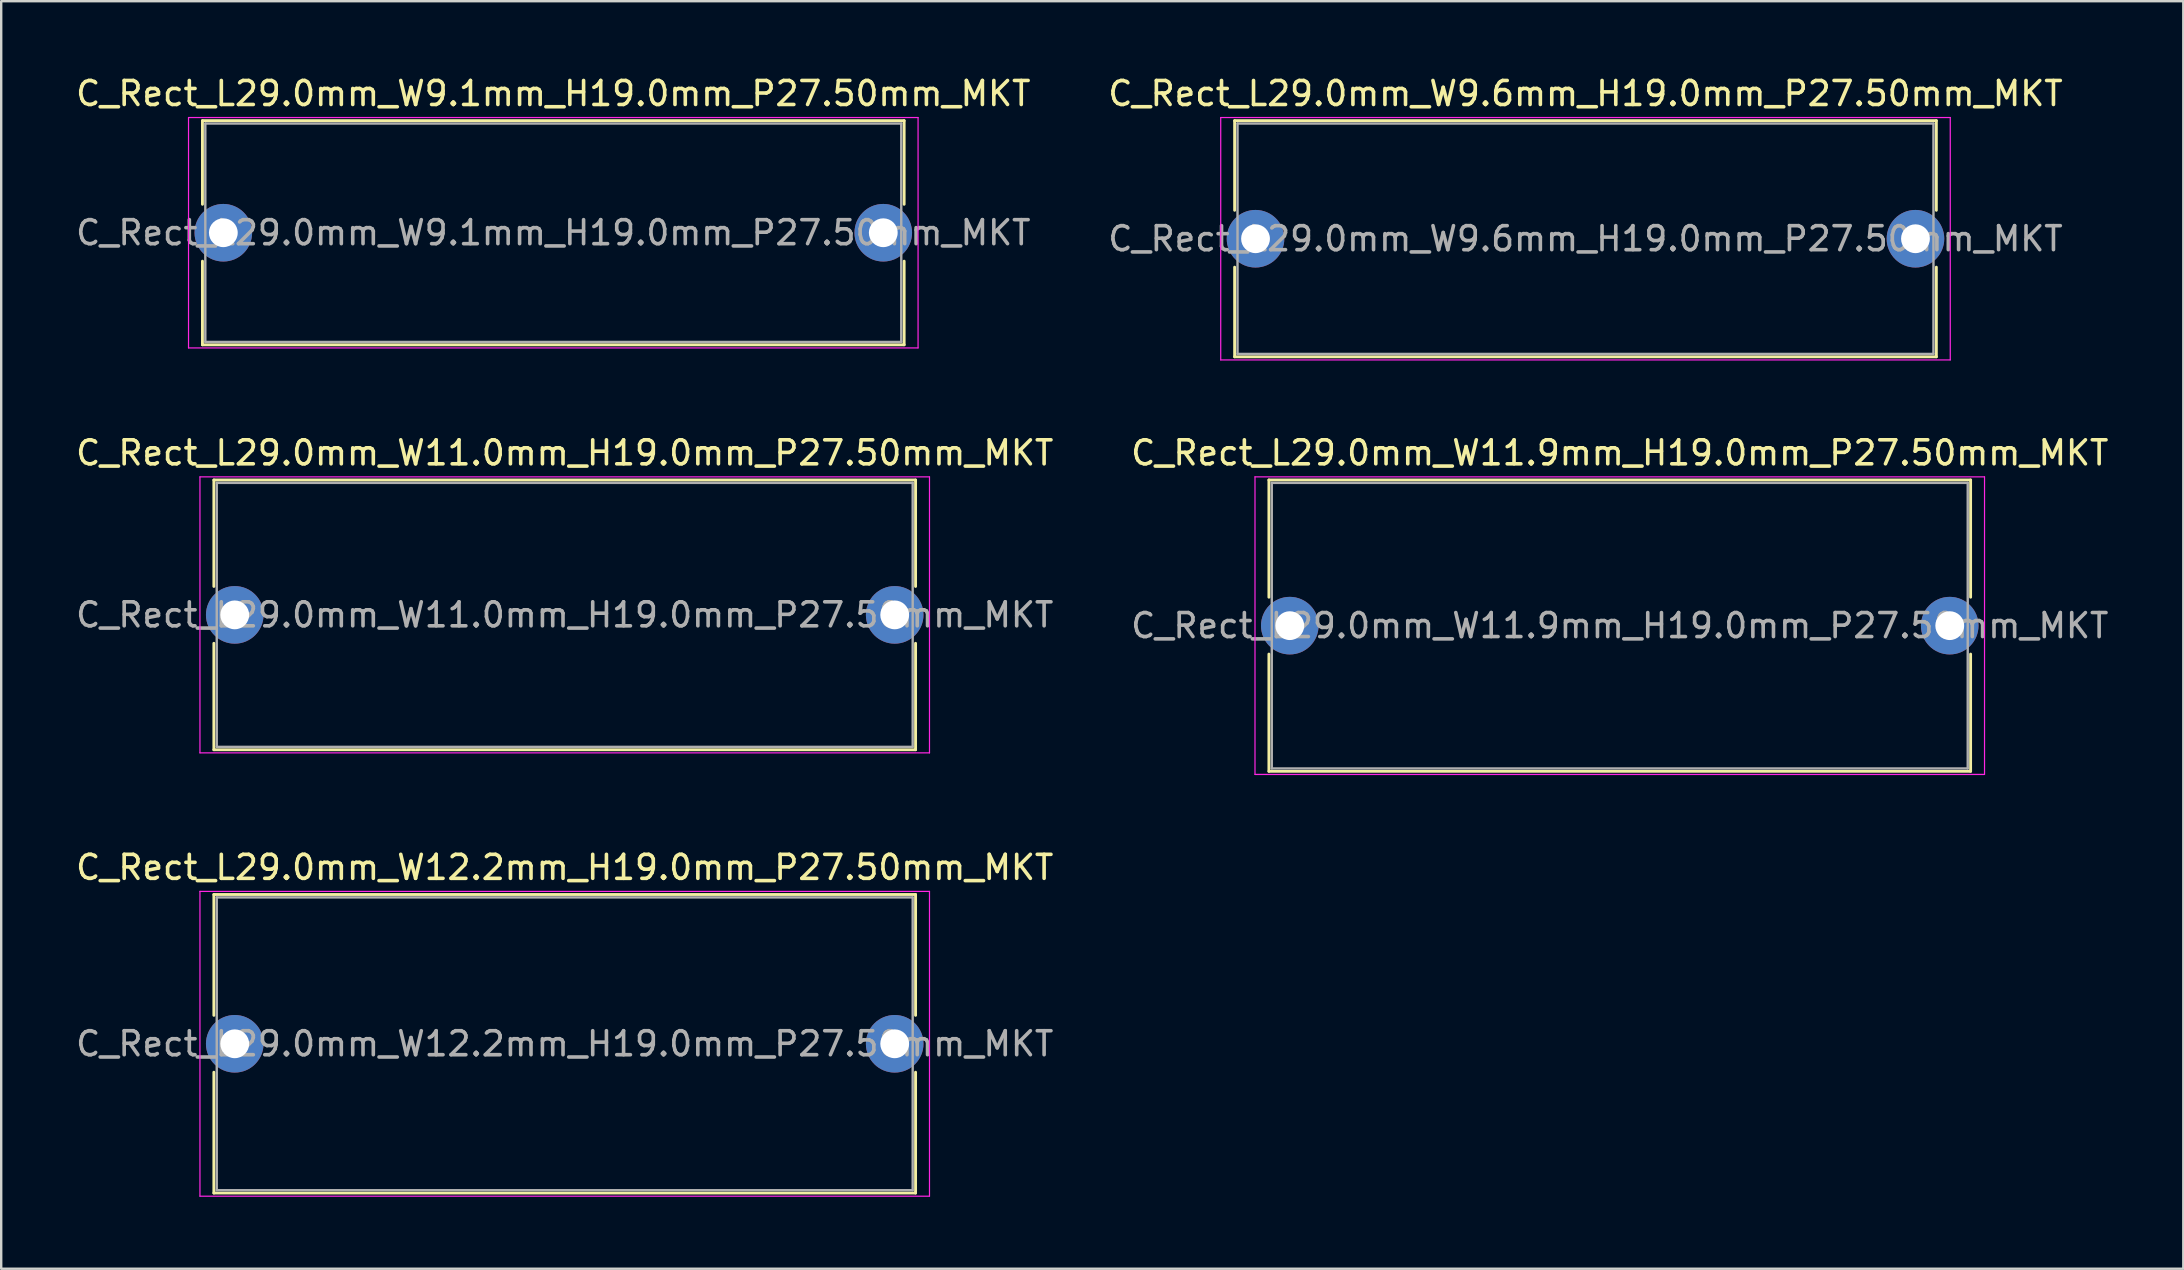
<source format=kicad_pcb>
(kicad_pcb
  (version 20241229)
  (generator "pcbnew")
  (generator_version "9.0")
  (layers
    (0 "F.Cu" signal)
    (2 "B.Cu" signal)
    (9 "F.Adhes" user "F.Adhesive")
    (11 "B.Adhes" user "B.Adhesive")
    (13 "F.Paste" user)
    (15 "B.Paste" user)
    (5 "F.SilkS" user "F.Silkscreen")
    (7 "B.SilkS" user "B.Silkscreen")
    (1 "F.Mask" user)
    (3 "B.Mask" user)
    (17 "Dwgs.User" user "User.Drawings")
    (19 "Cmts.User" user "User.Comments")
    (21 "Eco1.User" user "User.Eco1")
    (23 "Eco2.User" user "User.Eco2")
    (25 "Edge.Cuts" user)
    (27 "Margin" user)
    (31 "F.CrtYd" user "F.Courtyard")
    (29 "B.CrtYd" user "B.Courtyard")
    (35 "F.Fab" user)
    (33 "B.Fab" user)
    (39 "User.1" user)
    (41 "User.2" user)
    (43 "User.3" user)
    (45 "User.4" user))
  (footprint "C_Rect_L29.0mm_W9.6mm_H19.0mm_P27.50mm_MKT"
    (layer "F.Cu")
    (at 49.268 6.898)
    (property "Reference" "C_Rect_L29.0mm_W9.6mm_H19.0mm_P27.50mm_MKT" (at 13.75 -6.05 0) (layer "F.SilkS") (effects (font (size 1 1) (thickness 0.15))))
    (attr through_hole)
    (fp_line (start -0.87 -4.92) (end -0.87 -1.185) (stroke (width 0.12) (type solid)) (layer "F.SilkS"))
    (fp_line (start -0.87 -4.92) (end 28.37 -4.92) (stroke (width 0.12) (type solid)) (layer "F.SilkS"))
    (fp_line (start -0.87 1.185) (end -0.87 4.92) (stroke (width 0.12) (type solid)) (layer "F.SilkS"))
    (fp_line (start -0.87 4.92) (end 28.37 4.92) (stroke (width 0.12) (type solid)) (layer "F.SilkS"))
    (fp_line (start 28.37 -4.92) (end 28.37 -1.185) (stroke (width 0.12) (type solid)) (layer "F.SilkS"))
    (fp_line (start 28.37 1.185) (end 28.37 4.92) (stroke (width 0.12) (type solid)) (layer "F.SilkS"))
    (fp_line (start -1.45 -5.05) (end -1.45 5.05) (stroke (width 0.05) (type solid)) (layer "F.CrtYd"))
    (fp_line (start -1.45 5.05) (end 28.95 5.05) (stroke (width 0.05) (type solid)) (layer "F.CrtYd"))
    (fp_line (start 28.95 -5.05) (end -1.45 -5.05) (stroke (width 0.05) (type solid)) (layer "F.CrtYd"))
    (fp_line (start 28.95 5.05) (end 28.95 -5.05) (stroke (width 0.05) (type solid)) (layer "F.CrtYd"))
    (fp_line (start -0.75 -4.8) (end -0.75 4.8) (stroke (width 0.1) (type solid)) (layer "F.Fab"))
    (fp_line (start -0.75 4.8) (end 28.25 4.8) (stroke (width 0.1) (type solid)) (layer "F.Fab"))
    (fp_line (start 28.25 -4.8) (end -0.75 -4.8) (stroke (width 0.1) (type solid)) (layer "F.Fab"))
    (fp_line (start 28.25 4.8) (end 28.25 -4.8) (stroke (width 0.1) (type solid)) (layer "F.Fab"))
    (fp_text user "${REFERENCE}" (at 13.75 0 0) (layer "F.Fab") (effects (font (size 1 1) (thickness 0.15))))
    (pad "1" thru_hole circle (at 0 0) (size 2.4 2.4) (drill 1.2) (layers "*.Cu" "*.Mask"))
    (pad "2" thru_hole circle (at 27.5 0) (size 2.4 2.4) (drill 1.2) (layers "*.Cu" "*.Mask")))
  (footprint "C_Rect_L29.0mm_W12.2mm_H19.0mm_P27.50mm_MKT"
    (layer "F.Cu")
    (at 6.732 40.445)
    (property "Reference" "C_Rect_L29.0mm_W12.2mm_H19.0mm_P27.50mm_MKT" (at 13.75 -7.35 0) (layer "F.SilkS") (effects (font (size 1 1) (thickness 0.15))))
    (attr through_hole)
    (fp_line (start -0.87 -6.22) (end -0.87 -1.185) (stroke (width 0.12) (type solid)) (layer "F.SilkS"))
    (fp_line (start -0.87 -6.22) (end 28.37 -6.22) (stroke (width 0.12) (type solid)) (layer "F.SilkS"))
    (fp_line (start -0.87 1.185) (end -0.87 6.22) (stroke (width 0.12) (type solid)) (layer "F.SilkS"))
    (fp_line (start -0.87 6.22) (end 28.37 6.22) (stroke (width 0.12) (type solid)) (layer "F.SilkS"))
    (fp_line (start 28.37 -6.22) (end 28.37 -1.185) (stroke (width 0.12) (type solid)) (layer "F.SilkS"))
    (fp_line (start 28.37 1.185) (end 28.37 6.22) (stroke (width 0.12) (type solid)) (layer "F.SilkS"))
    (fp_line (start -1.45 -6.35) (end -1.45 6.35) (stroke (width 0.05) (type solid)) (layer "F.CrtYd"))
    (fp_line (start -1.45 6.35) (end 28.95 6.35) (stroke (width 0.05) (type solid)) (layer "F.CrtYd"))
    (fp_line (start 28.95 -6.35) (end -1.45 -6.35) (stroke (width 0.05) (type solid)) (layer "F.CrtYd"))
    (fp_line (start 28.95 6.35) (end 28.95 -6.35) (stroke (width 0.05) (type solid)) (layer "F.CrtYd"))
    (fp_line (start -0.75 -6.1) (end -0.75 6.1) (stroke (width 0.1) (type solid)) (layer "F.Fab"))
    (fp_line (start -0.75 6.1) (end 28.25 6.1) (stroke (width 0.1) (type solid)) (layer "F.Fab"))
    (fp_line (start 28.25 -6.1) (end -0.75 -6.1) (stroke (width 0.1) (type solid)) (layer "F.Fab"))
    (fp_line (start 28.25 6.1) (end 28.25 -6.1) (stroke (width 0.1) (type solid)) (layer "F.Fab"))
    (fp_text user "${REFERENCE}" (at 13.75 0 0) (layer "F.Fab") (effects (font (size 1 1) (thickness 0.15))))
    (pad "1" thru_hole circle (at 0 0) (size 2.4 2.4) (drill 1.2) (layers "*.Cu" "*.Mask"))
    (pad "2" thru_hole circle (at 27.5 0) (size 2.4 2.4) (drill 1.2) (layers "*.Cu" "*.Mask")))
  (footprint "C_Rect_L29.0mm_W11.9mm_H19.0mm_P27.50mm_MKT"
    (layer "F.Cu")
    (at 50.696 23.021)
    (property "Reference" "C_Rect_L29.0mm_W11.9mm_H19.0mm_P27.50mm_MKT" (at 13.75 -7.2 0) (layer "F.SilkS") (effects (font (size 1 1) (thickness 0.15))))
    (attr through_hole)
    (fp_line (start -0.87 -6.07) (end -0.87 -1.185) (stroke (width 0.12) (type solid)) (layer "F.SilkS"))
    (fp_line (start -0.87 -6.07) (end 28.37 -6.07) (stroke (width 0.12) (type solid)) (layer "F.SilkS"))
    (fp_line (start -0.87 1.185) (end -0.87 6.07) (stroke (width 0.12) (type solid)) (layer "F.SilkS"))
    (fp_line (start -0.87 6.07) (end 28.37 6.07) (stroke (width 0.12) (type solid)) (layer "F.SilkS"))
    (fp_line (start 28.37 -6.07) (end 28.37 -1.185) (stroke (width 0.12) (type solid)) (layer "F.SilkS"))
    (fp_line (start 28.37 1.185) (end 28.37 6.07) (stroke (width 0.12) (type solid)) (layer "F.SilkS"))
    (fp_line (start -1.45 -6.2) (end -1.45 6.2) (stroke (width 0.05) (type solid)) (layer "F.CrtYd"))
    (fp_line (start -1.45 6.2) (end 28.95 6.2) (stroke (width 0.05) (type solid)) (layer "F.CrtYd"))
    (fp_line (start 28.95 -6.2) (end -1.45 -6.2) (stroke (width 0.05) (type solid)) (layer "F.CrtYd"))
    (fp_line (start 28.95 6.2) (end 28.95 -6.2) (stroke (width 0.05) (type solid)) (layer "F.CrtYd"))
    (fp_line (start -0.75 -5.95) (end -0.75 5.95) (stroke (width 0.1) (type solid)) (layer "F.Fab"))
    (fp_line (start -0.75 5.95) (end 28.25 5.95) (stroke (width 0.1) (type solid)) (layer "F.Fab"))
    (fp_line (start 28.25 -5.95) (end -0.75 -5.95) (stroke (width 0.1) (type solid)) (layer "F.Fab"))
    (fp_line (start 28.25 5.95) (end 28.25 -5.95) (stroke (width 0.1) (type solid)) (layer "F.Fab"))
    (fp_text user "${REFERENCE}" (at 13.75 0 0) (layer "F.Fab") (effects (font (size 1 1) (thickness 0.15))))
    (pad "1" thru_hole circle (at 0 0) (size 2.4 2.4) (drill 1.2) (layers "*.Cu" "*.Mask"))
    (pad "2" thru_hole circle (at 27.5 0) (size 2.4 2.4) (drill 1.2) (layers "*.Cu" "*.Mask")))
  (footprint "C_Rect_L29.0mm_W9.1mm_H19.0mm_P27.50mm_MKT"
    (layer "F.Cu")
    (at 6.256 6.648)
    (property "Reference" "C_Rect_L29.0mm_W9.1mm_H19.0mm_P27.50mm_MKT" (at 13.75 -5.8 0) (layer "F.SilkS") (effects (font (size 1 1) (thickness 0.15))))
    (attr through_hole)
    (fp_line (start -0.87 -4.67) (end -0.87 -1.185) (stroke (width 0.12) (type solid)) (layer "F.SilkS"))
    (fp_line (start -0.87 -4.67) (end 28.37 -4.67) (stroke (width 0.12) (type solid)) (layer "F.SilkS"))
    (fp_line (start -0.87 1.185) (end -0.87 4.67) (stroke (width 0.12) (type solid)) (layer "F.SilkS"))
    (fp_line (start -0.87 4.67) (end 28.37 4.67) (stroke (width 0.12) (type solid)) (layer "F.SilkS"))
    (fp_line (start 28.37 -4.67) (end 28.37 -1.185) (stroke (width 0.12) (type solid)) (layer "F.SilkS"))
    (fp_line (start 28.37 1.185) (end 28.37 4.67) (stroke (width 0.12) (type solid)) (layer "F.SilkS"))
    (fp_line (start -1.45 -4.8) (end -1.45 4.8) (stroke (width 0.05) (type solid)) (layer "F.CrtYd"))
    (fp_line (start -1.45 4.8) (end 28.95 4.8) (stroke (width 0.05) (type solid)) (layer "F.CrtYd"))
    (fp_line (start 28.95 -4.8) (end -1.45 -4.8) (stroke (width 0.05) (type solid)) (layer "F.CrtYd"))
    (fp_line (start 28.95 4.8) (end 28.95 -4.8) (stroke (width 0.05) (type solid)) (layer "F.CrtYd"))
    (fp_line (start -0.75 -4.55) (end -0.75 4.55) (stroke (width 0.1) (type solid)) (layer "F.Fab"))
    (fp_line (start -0.75 4.55) (end 28.25 4.55) (stroke (width 0.1) (type solid)) (layer "F.Fab"))
    (fp_line (start 28.25 -4.55) (end -0.75 -4.55) (stroke (width 0.1) (type solid)) (layer "F.Fab"))
    (fp_line (start 28.25 4.55) (end 28.25 -4.55) (stroke (width 0.1) (type solid)) (layer "F.Fab"))
    (fp_text user "${REFERENCE}" (at 13.75 0 0) (layer "F.Fab") (effects (font (size 1 1) (thickness 0.15))))
    (pad "1" thru_hole circle (at 0 0) (size 2.4 2.4) (drill 1.2) (layers "*.Cu" "*.Mask"))
    (pad "2" thru_hole circle (at 27.5 0) (size 2.4 2.4) (drill 1.2) (layers "*.Cu" "*.Mask")))
  (footprint "C_Rect_L29.0mm_W11.0mm_H19.0mm_P27.50mm_MKT"
    (layer "F.Cu")
    (at 6.732 22.572)
    (property "Reference" "C_Rect_L29.0mm_W11.0mm_H19.0mm_P27.50mm_MKT" (at 13.75 -6.75 0) (layer "F.SilkS") (effects (font (size 1 1) (thickness 0.15))))
    (attr through_hole)
    (fp_line (start -0.87 -5.62) (end -0.87 -1.185) (stroke (width 0.12) (type solid)) (layer "F.SilkS"))
    (fp_line (start -0.87 -5.62) (end 28.37 -5.62) (stroke (width 0.12) (type solid)) (layer "F.SilkS"))
    (fp_line (start -0.87 1.185) (end -0.87 5.62) (stroke (width 0.12) (type solid)) (layer "F.SilkS"))
    (fp_line (start -0.87 5.62) (end 28.37 5.62) (stroke (width 0.12) (type solid)) (layer "F.SilkS"))
    (fp_line (start 28.37 -5.62) (end 28.37 -1.185) (stroke (width 0.12) (type solid)) (layer "F.SilkS"))
    (fp_line (start 28.37 1.185) (end 28.37 5.62) (stroke (width 0.12) (type solid)) (layer "F.SilkS"))
    (fp_line (start -1.45 -5.75) (end -1.45 5.75) (stroke (width 0.05) (type solid)) (layer "F.CrtYd"))
    (fp_line (start -1.45 5.75) (end 28.95 5.75) (stroke (width 0.05) (type solid)) (layer "F.CrtYd"))
    (fp_line (start 28.95 -5.75) (end -1.45 -5.75) (stroke (width 0.05) (type solid)) (layer "F.CrtYd"))
    (fp_line (start 28.95 5.75) (end 28.95 -5.75) (stroke (width 0.05) (type solid)) (layer "F.CrtYd"))
    (fp_line (start -0.75 -5.5) (end -0.75 5.5) (stroke (width 0.1) (type solid)) (layer "F.Fab"))
    (fp_line (start -0.75 5.5) (end 28.25 5.5) (stroke (width 0.1) (type solid)) (layer "F.Fab"))
    (fp_line (start 28.25 -5.5) (end -0.75 -5.5) (stroke (width 0.1) (type solid)) (layer "F.Fab"))
    (fp_line (start 28.25 5.5) (end 28.25 -5.5) (stroke (width 0.1) (type solid)) (layer "F.Fab"))
    (fp_text user "${REFERENCE}" (at 13.75 0 0) (layer "F.Fab") (effects (font (size 1 1) (thickness 0.15))))
    (pad "1" thru_hole circle (at 0 0) (size 2.4 2.4) (drill 1.2) (layers "*.Cu" "*.Mask"))
    (pad "2" thru_hole circle (at 27.5 0) (size 2.4 2.4) (drill 1.2) (layers "*.Cu" "*.Mask")))
  (gr_rect
    (start -3 -3)
    (end 87.929 49.82)
    (stroke (width 0.1) (type default))
    (fill no)
    (layer "Edge.Cuts")))
</source>
